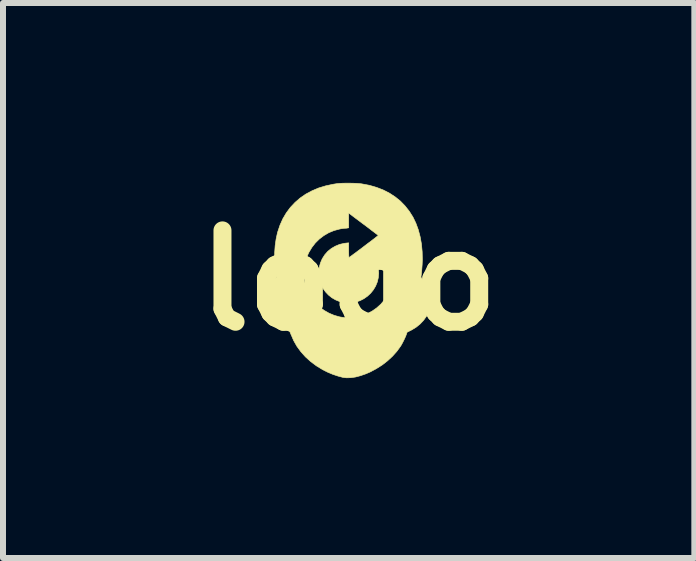
<source format=kicad_pcb>
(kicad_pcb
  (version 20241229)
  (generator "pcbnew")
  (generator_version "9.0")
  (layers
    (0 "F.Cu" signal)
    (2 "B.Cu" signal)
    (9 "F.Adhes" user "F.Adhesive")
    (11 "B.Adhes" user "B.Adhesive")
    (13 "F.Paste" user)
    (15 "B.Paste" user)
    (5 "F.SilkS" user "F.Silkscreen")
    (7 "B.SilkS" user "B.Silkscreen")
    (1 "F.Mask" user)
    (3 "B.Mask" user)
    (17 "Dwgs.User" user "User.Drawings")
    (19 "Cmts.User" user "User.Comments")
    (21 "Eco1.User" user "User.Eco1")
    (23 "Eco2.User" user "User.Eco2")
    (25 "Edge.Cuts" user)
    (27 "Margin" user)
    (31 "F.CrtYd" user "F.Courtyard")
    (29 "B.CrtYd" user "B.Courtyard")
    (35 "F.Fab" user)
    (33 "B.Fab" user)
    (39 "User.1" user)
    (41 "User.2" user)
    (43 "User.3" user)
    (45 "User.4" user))
  (footprint "logo"
    (layer "F.Cu")
    (at 2.765 1.627)
    (property "Reference" "logo" (at 0 0 0) (layer "F.SilkS") (effects (font (size 1.524 1.524) (thickness 0.3))))
    (attr through_hole)
    (fp_poly (pts (xy 0.073 -1.621) (xy 0.129 -1.619) (xy 0.179 -1.615) (xy 0.216 -1.611) (xy 0.344 -1.587) (xy 0.464 -1.552) (xy 0.576 -1.509) (xy 0.68 -1.456) (xy 0.776 -1.393) (xy 0.864 -1.322) (xy 0.942 -1.241) (xy 1.012 -1.152) (xy 1.073 -1.055) (xy 1.121 -0.955) (xy 1.161 -0.846) (xy 1.192 -0.729) (xy 1.214 -0.606) (xy 1.226 -0.478) (xy 1.229 -0.346) (xy 1.226 -0.27) (xy 1.223 -0.229) (xy 1.22 -0.188) (xy 1.217 -0.15) (xy 1.214 -0.119) (xy 1.212 -0.104) (xy 1.205 -0.052) (xy 1.235 -0.018) (xy 1.286 0.048) (xy 1.325 0.118) (xy 1.353 0.194) (xy 1.369 0.274) (xy 1.374 0.346) (xy 1.373 0.378) (xy 1.371 0.408) (xy 1.369 0.433) (xy 1.366 0.445) (xy 1.339 0.521) (xy 1.3 0.594) (xy 1.251 0.663) (xy 1.193 0.725) (xy 1.127 0.779) (xy 1.054 0.824) (xy 1.032 0.835) (xy 0.974 0.864) (xy 0.963 0.898) (xy 0.953 0.924) (xy 0.938 0.959) (xy 0.92 0.997) (xy 0.901 1.035) (xy 0.882 1.07) (xy 0.867 1.095) (xy 0.805 1.181) (xy 0.732 1.263) (xy 0.649 1.34) (xy 0.559 1.41) (xy 0.461 1.472) (xy 0.358 1.527) (xy 0.286 1.558) (xy 0.197 1.589) (xy 0.113 1.611) (xy 0.035 1.622) (xy -0.036 1.624) (xy -0.096 1.617) (xy -0.178 1.595) (xy -0.265 1.566) (xy -0.351 1.53) (xy -0.433 1.489) (xy -0.434 1.488) (xy -0.539 1.424) (xy -0.635 1.352) (xy -0.721 1.274) (xy -0.797 1.189) (xy -0.863 1.099) (xy -0.917 1.004) (xy -0.96 0.904) (xy -0.962 0.901) (xy -0.971 0.877) (xy -0.978 0.862) (xy -0.986 0.852) (xy -0.998 0.845) (xy -1.012 0.839) (xy -1.057 0.817) (xy -1.105 0.785) (xy -1.155 0.748) (xy -1.202 0.706) (xy -1.246 0.662) (xy -1.273 0.628) (xy -1.318 0.562) (xy -1.349 0.494) (xy -1.369 0.424) (xy -1.375 0.352) (xy -1.372 0.289) (xy -1.357 0.206) (xy -1.332 0.13) (xy -1.299 0.062) (xy -1.258 0.002) (xy -1.244 -0.013) (xy -1.207 -0.053) (xy -1.216 -0.114) (xy -0.748 -0.114) (xy -0.741 -0.021) (xy -0.723 0.069) (xy -0.694 0.155) (xy -0.654 0.237) (xy -0.605 0.313) (xy -0.548 0.383) (xy -0.482 0.446) (xy -0.409 0.5) (xy -0.328 0.546) (xy -0.242 0.582) (xy -0.15 0.608) (xy -0.127 0.612) (xy -0.084 0.618) (xy -0.033 0.621) (xy 0.021 0.621) (xy 0.073 0.619) (xy 0.119 0.613) (xy 0.122 0.613) (xy 0.218 0.59) (xy 0.307 0.556) (xy 0.391 0.512) (xy 0.468 0.458) (xy 0.537 0.396) (xy 0.597 0.325) (xy 0.649 0.247) (xy 0.691 0.162) (xy 0.722 0.071) (xy 0.733 0.022) (xy 0.742 -0.03) (xy 0.747 -0.086) (xy 0.748 -0.141) (xy 0.745 -0.194) (xy 0.739 -0.242) (xy 0.73 -0.281) (xy 0.724 -0.296) (xy 0.705 -0.326) (xy 0.677 -0.348) (xy 0.644 -0.361) (xy 0.608 -0.365) (xy 0.572 -0.358) (xy 0.558 -0.352) (xy 0.536 -0.335) (xy 0.515 -0.312) (xy 0.5 -0.285) (xy 0.495 -0.273) (xy 0.492 -0.252) (xy 0.492 -0.227) (xy 0.496 -0.196) (xy 0.501 -0.119) (xy 0.494 -0.044) (xy 0.477 0.027) (xy 0.449 0.095) (xy 0.412 0.157) (xy 0.366 0.214) (xy 0.313 0.263) (xy 0.253 0.305) (xy 0.188 0.338) (xy 0.117 0.361) (xy 0.042 0.373) (xy -0.000001 0.375) (xy -0.078 0.369) (xy -0.151 0.352) (xy -0.219 0.324) (xy -0.281 0.288) (xy -0.337 0.243) (xy -0.386 0.191) (xy -0.428 0.133) (xy -0.46 0.069) (xy -0.484 0.002) (xy -0.497 -0.069) (xy -0.5 -0.143) (xy -0.491 -0.218) (xy -0.472 -0.288) (xy -0.441 -0.361) (xy -0.399 -0.427) (xy -0.349 -0.484) (xy -0.29 -0.532) (xy -0.223 -0.571) (xy -0.151 -0.601) (xy -0.072 -0.619) (xy -0.03 -0.624) (xy 0 -0.627) (xy 0 -0.504) (xy 0.000266 -0.466) (xy 0.001 -0.433) (xy 0.002 -0.407) (xy 0.004 -0.389) (xy 0.005 -0.382) (xy 0.005 -0.382) (xy 0.013 -0.387) (xy 0.028 -0.398) (xy 0.052 -0.415) (xy 0.081 -0.437) (xy 0.116 -0.462) (xy 0.154 -0.491) (xy 0.196 -0.522) (xy 0.238 -0.554) (xy 0.281 -0.587) (xy 0.323 -0.619) (xy 0.364 -0.649) (xy 0.4 -0.677) (xy 0.433 -0.702) (xy 0.459 -0.723) (xy 0.479 -0.738) (xy 0.491 -0.748) (xy 0.493 -0.751) (xy 0.488 -0.755) (xy 0.474 -0.767) (xy 0.451 -0.784) (xy 0.421 -0.807) (xy 0.385 -0.834) (xy 0.344 -0.866) (xy 0.299 -0.9) (xy 0.25 -0.937) (xy 0.246 -0.939) (xy 0 -1.124) (xy 0 -0.878) (xy -0.02 -0.874) (xy -0.04 -0.871) (xy -0.063 -0.87) (xy -0.065 -0.87) (xy -0.082 -0.869) (xy -0.108 -0.865) (xy -0.137 -0.86) (xy -0.152 -0.857) (xy -0.245 -0.832) (xy -0.332 -0.796) (xy -0.414 -0.748) (xy -0.489 -0.691) (xy -0.556 -0.625) (xy -0.614 -0.55) (xy -0.664 -0.467) (xy -0.67 -0.454) (xy -0.703 -0.38) (xy -0.726 -0.307) (xy -0.74 -0.232) (xy -0.743 -0.209) (xy -0.748 -0.114) (xy -1.216 -0.114) (xy -1.216 -0.114) (xy -1.229 -0.23) (xy -1.235 -0.348) (xy -1.234 -0.466) (xy -1.226 -0.581) (xy -1.21 -0.691) (xy -1.188 -0.793) (xy -1.183 -0.81) (xy -1.145 -0.923) (xy -1.097 -1.03) (xy -1.039 -1.128) (xy -0.972 -1.218) (xy -0.895 -1.3) (xy -0.81 -1.374) (xy -0.716 -1.439) (xy -0.613 -1.494) (xy -0.503 -1.541) (xy -0.385 -1.577) (xy -0.26 -1.604) (xy -0.197 -1.614) (xy -0.155 -1.618) (xy -0.104 -1.621) (xy -0.047 -1.622) (xy 0.013 -1.622) (xy 0.073 -1.621)) (stroke (width 0.01) (type solid)) (fill yes) (layer "F.SilkS")))
  (gr_rect
    (start -3 -3)
    (end 8.53 6.256)
    (stroke (width 0.1) (type default))
    (fill no)
    (layer "Edge.Cuts")))
</source>
